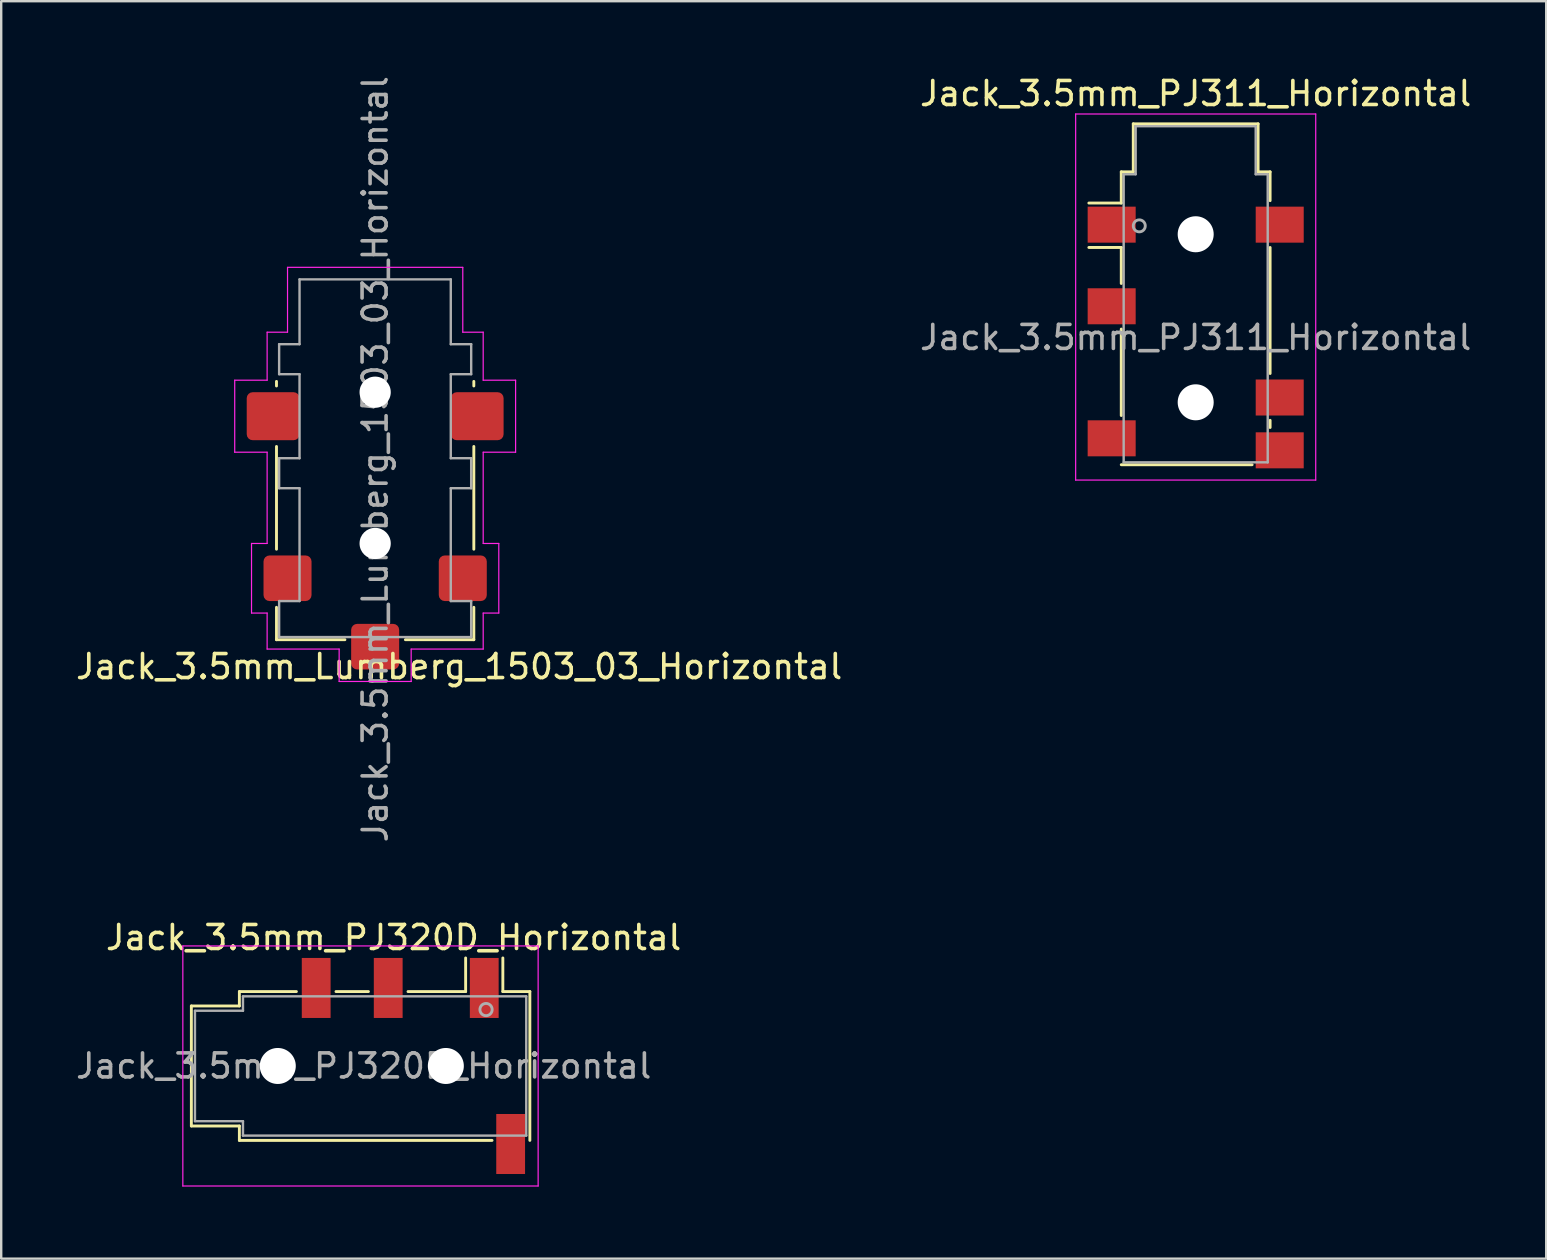
<source format=kicad_pcb>
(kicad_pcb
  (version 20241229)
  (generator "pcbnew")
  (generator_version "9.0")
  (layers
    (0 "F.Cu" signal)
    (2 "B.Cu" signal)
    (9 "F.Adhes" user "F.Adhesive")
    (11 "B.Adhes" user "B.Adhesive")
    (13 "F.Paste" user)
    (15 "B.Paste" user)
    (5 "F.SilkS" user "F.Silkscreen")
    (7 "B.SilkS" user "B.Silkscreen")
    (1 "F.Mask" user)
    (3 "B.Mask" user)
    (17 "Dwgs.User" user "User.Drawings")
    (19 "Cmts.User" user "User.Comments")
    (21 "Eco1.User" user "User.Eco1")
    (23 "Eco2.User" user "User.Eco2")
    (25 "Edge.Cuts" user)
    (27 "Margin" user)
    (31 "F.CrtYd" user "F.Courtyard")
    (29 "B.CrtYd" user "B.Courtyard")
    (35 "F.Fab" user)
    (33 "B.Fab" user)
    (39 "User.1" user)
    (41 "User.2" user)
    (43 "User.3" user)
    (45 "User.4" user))
  (footprint "Jack_3.5mm_PJ320D_Horizontal"
    (layer "F.Cu")
    (at 13.296 41.353)
    (property "Reference" "Jack_3.5mm_PJ320D_Horizontal" (at 0.05 -5.35 0) (layer "F.SilkS") (effects (font (size 1 1) (thickness 0.15))))
    (attr smd)
    (fp_line (start -8.375 -2.5) (end -8.375 2.5) (stroke (width 0.12) (type solid)) (layer "F.SilkS"))
    (fp_line (start -6.375 -3.1) (end -6.375 -2.5) (stroke (width 0.12) (type solid)) (layer "F.SilkS"))
    (fp_line (start -6.375 -3.1) (end -4 -3.1) (stroke (width 0.12) (type solid)) (layer "F.SilkS"))
    (fp_line (start -6.375 -2.5) (end -8.375 -2.5) (stroke (width 0.12) (type solid)) (layer "F.SilkS"))
    (fp_line (start -6.375 2.5) (end -8.375 2.5) (stroke (width 0.12) (type solid)) (layer "F.SilkS"))
    (fp_line (start -6.375 2.5) (end -6.375 3.1) (stroke (width 0.12) (type solid)) (layer "F.SilkS"))
    (fp_line (start -2.35 -3.1) (end -1 -3.1) (stroke (width 0.12) (type solid)) (layer "F.SilkS"))
    (fp_line (start 0.65 -3.1) (end 3.05 -3.1) (stroke (width 0.12) (type solid)) (layer "F.SilkS"))
    (fp_line (start 3.05 -3.1) (end 3.05 -4.5) (stroke (width 0.12) (type solid)) (layer "F.SilkS"))
    (fp_line (start 4.15 3.1) (end -6.375 3.1) (stroke (width 0.12) (type solid)) (layer "F.SilkS"))
    (fp_line (start 4.6 -3.1) (end 4.6 -4.5) (stroke (width 0.12) (type solid)) (layer "F.SilkS"))
    (fp_line (start 4.6 -3.1) (end 5.725 -3.1) (stroke (width 0.12) (type solid)) (layer "F.SilkS"))
    (fp_line (start 5.725 3.1) (end 5.725 -3.1) (stroke (width 0.12) (type solid)) (layer "F.SilkS"))
    (fp_line (start -8.73 -5) (end 6.07 -5) (stroke (width 0.05) (type solid)) (layer "F.CrtYd"))
    (fp_line (start -8.73 5) (end -8.73 -5) (stroke (width 0.05) (type solid)) (layer "F.CrtYd"))
    (fp_line (start -8.73 5) (end 6.07 5) (stroke (width 0.05) (type solid)) (layer "F.CrtYd"))
    (fp_line (start 6.07 5) (end 6.07 -5) (stroke (width 0.05) (type solid)) (layer "F.CrtYd"))
    (fp_line (start -8.225 -2.3) (end -6.225 -2.3) (stroke (width 0.1) (type solid)) (layer "F.Fab"))
    (fp_line (start -8.225 2.3) (end -8.225 -2.3) (stroke (width 0.1) (type solid)) (layer "F.Fab"))
    (fp_line (start -6.225 -2.9) (end 5.575 -2.9) (stroke (width 0.1) (type solid)) (layer "F.Fab"))
    (fp_line (start -6.225 -2.3) (end -6.225 -2.9) (stroke (width 0.1) (type solid)) (layer "F.Fab"))
    (fp_line (start -6.225 2.3) (end -8.225 2.3) (stroke (width 0.1) (type solid)) (layer "F.Fab"))
    (fp_line (start -6.225 2.9) (end -6.225 2.3) (stroke (width 0.1) (type solid)) (layer "F.Fab"))
    (fp_line (start 5.575 -2.9) (end 5.575 2.9) (stroke (width 0.1) (type solid)) (layer "F.Fab"))
    (fp_line (start 5.575 2.9) (end -6.225 2.9) (stroke (width 0.1) (type solid)) (layer "F.Fab"))
    (fp_circle (center 3.9 -2.35) (end 3.95 -2.1) (stroke (width 0.12) (type solid)) (fill no) (layer "F.Fab"))
    (fp_text user "${REFERENCE}" (at -1.195 0 0) (layer "F.Fab") (effects (font (size 1 1) (thickness 0.15))))
    (pad "" np_thru_hole circle (at -4.775 0) (size 1.5 1.5) (drill 1.5) (layers "*.Cu" "*.Mask"))
    (pad "" np_thru_hole circle (at 2.225 0) (size 1.5 1.5) (drill 1.5) (layers "*.Cu" "*.Mask"))
    (pad "R1" smd rect (at -0.175 -3.25) (size 1.2 2.5) (layers "F.Cu" "F.Mask" "F.Paste"))
    (pad "R2" smd rect (at -3.175 -3.25) (size 1.2 2.5) (layers "F.Cu" "F.Mask" "F.Paste"))
    (pad "S" smd rect (at 4.925 3.25) (size 1.2 2.5) (layers "F.Cu" "F.Mask" "F.Paste"))
    (pad "T" smd rect (at 3.825 -3.25) (size 1.2 2.5) (layers "F.Cu" "F.Mask" "F.Paste")))
  (footprint "Jack_3.5mm_PJ311_Horizontal"
    (layer "F.Cu")
    (at 46.756 11.008)
    (property "Reference" "Jack_3.5mm_PJ311_Horizontal" (at 0 -10.16 0) (layer "F.SilkS") (effects (font (size 1 1) (thickness 0.15))))
    (attr smd)
    (fp_line (start -3.1 -6.9) (end -2.6 -6.9) (stroke (width 0.12) (type solid)) (layer "F.SilkS"))
    (fp_line (start -3.1 -5.6) (end -4.45 -5.6) (stroke (width 0.12) (type solid)) (layer "F.SilkS"))
    (fp_line (start -3.1 -5.6) (end -3.1 -6.9) (stroke (width 0.12) (type solid)) (layer "F.SilkS"))
    (fp_line (start -3.1 -3.75) (end -4.45 -3.75) (stroke (width 0.12) (type solid)) (layer "F.SilkS"))
    (fp_line (start -3.1 -2.25) (end -3.1 -3.75) (stroke (width 0.12) (type solid)) (layer "F.SilkS"))
    (fp_line (start -3.1 3.25) (end -3.1 -0.35) (stroke (width 0.12) (type solid)) (layer "F.SilkS"))
    (fp_line (start -2.6 -8.9) (end 2.6 -8.9) (stroke (width 0.12) (type solid)) (layer "F.SilkS"))
    (fp_line (start -2.6 -6.9) (end -2.6 -8.9) (stroke (width 0.12) (type solid)) (layer "F.SilkS"))
    (fp_line (start 2.35 5.3) (end -3.1 5.3) (stroke (width 0.12) (type solid)) (layer "F.SilkS"))
    (fp_line (start 2.6 -8.9) (end 2.6 -6.9) (stroke (width 0.12) (type solid)) (layer "F.SilkS"))
    (fp_line (start 2.6 -6.9) (end 3.1 -6.9) (stroke (width 0.12) (type solid)) (layer "F.SilkS"))
    (fp_line (start 3.1 -6.9) (end 3.1 -5.7) (stroke (width 0.12) (type solid)) (layer "F.SilkS"))
    (fp_line (start 3.1 -3.75) (end 3.1 1.5) (stroke (width 0.12) (type solid)) (layer "F.SilkS"))
    (fp_line (start 3.1 3.45) (end 3.1 3.75) (stroke (width 0.12) (type solid)) (layer "F.SilkS"))
    (fp_line (start -5 -9.31) (end -5 5.94) (stroke (width 0.05) (type solid)) (layer "F.CrtYd"))
    (fp_line (start -5 -9.31) (end 5 -9.31) (stroke (width 0.05) (type solid)) (layer "F.CrtYd"))
    (fp_line (start -5 5.94) (end 5 5.94) (stroke (width 0.05) (type solid)) (layer "F.CrtYd"))
    (fp_line (start 5 5.94) (end 5 -9.31) (stroke (width 0.05) (type solid)) (layer "F.CrtYd"))
    (fp_line (start -3 -6.8) (end -3 5.2) (stroke (width 0.1) (type solid)) (layer "F.Fab"))
    (fp_line (start -3 5.2) (end 3 5.2) (stroke (width 0.1) (type solid)) (layer "F.Fab"))
    (fp_line (start -2.5 -8.8) (end -2.5 -6.8) (stroke (width 0.1) (type solid)) (layer "F.Fab"))
    (fp_line (start -2.5 -6.8) (end -3 -6.8) (stroke (width 0.1) (type solid)) (layer "F.Fab"))
    (fp_line (start 2.5 -8.8) (end -2.5 -8.8) (stroke (width 0.1) (type solid)) (layer "F.Fab"))
    (fp_line (start 2.5 -6.8) (end 2.5 -8.8) (stroke (width 0.1) (type solid)) (layer "F.Fab"))
    (fp_line (start 3 -6.8) (end 2.5 -6.8) (stroke (width 0.1) (type solid)) (layer "F.Fab"))
    (fp_line (start 3 5.2) (end 3 -6.8) (stroke (width 0.1) (type solid)) (layer "F.Fab"))
    (fp_circle (center -2.35 -4.65) (end -2.1 -4.65) (stroke (width 0.12) (type solid)) (fill no) (layer "F.Fab"))
    (fp_text user "${REFERENCE}" (at 0 0 0) (layer "F.Fab") (effects (font (size 1 1) (thickness 0.15))))
    (pad "" np_thru_hole circle (at 0 -4.3) (size 1.5 1.5) (drill 1.5) (layers "*.Cu" "*.Mask"))
    (pad "" np_thru_hole circle (at 0 2.7) (size 1.5 1.5) (drill 1.5) (layers "*.Cu" "*.Mask"))
    (pad "1" smd rect (at -3.5 -4.7) (size 2 1.5) (layers "F.Cu" "F.Mask" "F.Paste"))
    (pad "2" smd rect (at 3.5 -4.7) (size 2 1.5) (layers "F.Cu" "F.Mask" "F.Paste"))
    (pad "3" smd rect (at -3.5 -1.3) (size 2 1.5) (layers "F.Cu" "F.Mask" "F.Paste"))
    (pad "4" smd rect (at 3.5 2.5) (size 2 1.5) (layers "F.Cu" "F.Mask" "F.Paste"))
    (pad "5" smd rect (at 3.5 4.7) (size 2 1.5) (layers "F.Cu" "F.Mask" "F.Paste"))
    (pad "6" smd rect (at -3.5 4.2) (size 2 1.5) (layers "F.Cu" "F.Mask" "F.Paste")))
  (footprint "Jack_3.5mm_Lumberg_1503_03_Horizontal"
    (layer "F.Cu")
    (at 12.577 16.037)
    (property "Reference" "Jack_3.5mm_Lumberg_1503_03_Horizontal" (at 3.5 8.68 0) (layer "F.SilkS") (effects (font (size 1 1) (thickness 0.15))))
    (attr smd)
    (fp_line (start -4.11 -3.01) (end -4.11 -3.2) (stroke (width 0.12) (type default)) (layer "F.SilkS"))
    (fp_line (start -4.11 3.79) (end -4.11 -0.49) (stroke (width 0.12) (type default)) (layer "F.SilkS"))
    (fp_line (start -4.11 7.56) (end -4.11 6.21) (stroke (width 0.12) (type default)) (layer "F.SilkS"))
    (fp_line (start -1.26 7.56) (end -4.11 7.56) (stroke (width 0.12) (type default)) (layer "F.SilkS"))
    (fp_line (start 1.26 7.56) (end 4.11 7.56) (stroke (width 0.12) (type default)) (layer "F.SilkS"))
    (fp_line (start 4.11 -3.2) (end 4.11 -3.01) (stroke (width 0.12) (type default)) (layer "F.SilkS"))
    (fp_line (start 4.11 -0.49) (end 4.11 3.79) (stroke (width 0.12) (type default)) (layer "F.SilkS"))
    (fp_line (start 4.11 7.56) (end 4.11 6.21) (stroke (width 0.12) (type default)) (layer "F.SilkS"))
    (fp_line (start -5.85 -0.25) (end -5.85 -3.25) (stroke (width 0.05) (type default)) (layer "F.CrtYd"))
    (fp_line (start -5.15 3.55) (end -4.5 3.55) (stroke (width 0.05) (type default)) (layer "F.CrtYd"))
    (fp_line (start -5.15 6.45) (end -5.15 3.55) (stroke (width 0.05) (type default)) (layer "F.CrtYd"))
    (fp_line (start -4.5 -3.25) (end -5.85 -3.25) (stroke (width 0.05) (type default)) (layer "F.CrtYd"))
    (fp_line (start -4.5 -3.25) (end -4.5 -5.25) (stroke (width 0.05) (type default)) (layer "F.CrtYd"))
    (fp_line (start -4.5 -0.25) (end -5.85 -0.25) (stroke (width 0.05) (type default)) (layer "F.CrtYd"))
    (fp_line (start -4.5 -0.25) (end -4.5 3.55) (stroke (width 0.05) (type default)) (layer "F.CrtYd"))
    (fp_line (start -4.5 6.45) (end -5.15 6.45) (stroke (width 0.05) (type default)) (layer "F.CrtYd"))
    (fp_line (start -4.5 6.45) (end -4.5 7.95) (stroke (width 0.05) (type default)) (layer "F.CrtYd"))
    (fp_line (start -3.65 -7.95) (end 3.65 -7.95) (stroke (width 0.05) (type default)) (layer "F.CrtYd"))
    (fp_line (start -3.65 -5.25) (end -4.5 -5.25) (stroke (width 0.05) (type default)) (layer "F.CrtYd"))
    (fp_line (start -3.65 -5.25) (end -3.65 -7.95) (stroke (width 0.05) (type default)) (layer "F.CrtYd"))
    (fp_line (start -1.5 7.95) (end -4.5 7.95) (stroke (width 0.05) (type default)) (layer "F.CrtYd"))
    (fp_line (start -1.5 7.95) (end -1.5 9.3) (stroke (width 0.05) (type default)) (layer "F.CrtYd"))
    (fp_line (start -1.5 9.3) (end 1.5 9.3) (stroke (width 0.05) (type default)) (layer "F.CrtYd"))
    (fp_line (start 1.5 7.95) (end 1.5 9.3) (stroke (width 0.05) (type default)) (layer "F.CrtYd"))
    (fp_line (start 3.65 -5.25) (end 3.65 -7.95) (stroke (width 0.05) (type default)) (layer "F.CrtYd"))
    (fp_line (start 4.5 -5.25) (end 3.65 -5.25) (stroke (width 0.05) (type default)) (layer "F.CrtYd"))
    (fp_line (start 4.5 -3.25) (end 4.5 -5.25) (stroke (width 0.05) (type default)) (layer "F.CrtYd"))
    (fp_line (start 4.5 -3.25) (end 5.85 -3.25) (stroke (width 0.05) (type default)) (layer "F.CrtYd"))
    (fp_line (start 4.5 -0.25) (end 4.5 3.55) (stroke (width 0.05) (type default)) (layer "F.CrtYd"))
    (fp_line (start 4.5 -0.25) (end 5.85 -0.25) (stroke (width 0.05) (type default)) (layer "F.CrtYd"))
    (fp_line (start 4.5 3.55) (end 5.15 3.55) (stroke (width 0.05) (type default)) (layer "F.CrtYd"))
    (fp_line (start 4.5 6.45) (end 4.5 7.95) (stroke (width 0.05) (type default)) (layer "F.CrtYd"))
    (fp_line (start 4.5 6.45) (end 5.15 6.45) (stroke (width 0.05) (type default)) (layer "F.CrtYd"))
    (fp_line (start 4.5 7.95) (end 1.5 7.95) (stroke (width 0.05) (type default)) (layer "F.CrtYd"))
    (fp_line (start 5.15 3.55) (end 5.15 6.45) (stroke (width 0.05) (type default)) (layer "F.CrtYd"))
    (fp_line (start 5.85 -0.25) (end 5.85 -3.25) (stroke (width 0.05) (type default)) (layer "F.CrtYd"))
    (fp_line (start -4 -4.75) (end -4 -3.5) (stroke (width 0.1) (type default)) (layer "F.Fab"))
    (fp_line (start -4 -3.5) (end -3.15 -3.5) (stroke (width 0.1) (type default)) (layer "F.Fab"))
    (fp_line (start -4 0) (end -4 1.25) (stroke (width 0.1) (type default)) (layer "F.Fab"))
    (fp_line (start -4 1.25) (end -3.15 1.25) (stroke (width 0.1) (type default)) (layer "F.Fab"))
    (fp_line (start -4 5.95) (end -3.15 5.95) (stroke (width 0.1) (type default)) (layer "F.Fab"))
    (fp_line (start -4 7.45) (end -4 5.95) (stroke (width 0.1) (type default)) (layer "F.Fab"))
    (fp_line (start -4 7.45) (end 4 7.45) (stroke (width 0.1) (type solid)) (layer "F.Fab"))
    (fp_line (start -3.15 -7.45) (end -3.15 -4.75) (stroke (width 0.1) (type solid)) (layer "F.Fab"))
    (fp_line (start -3.15 -7.45) (end 3.15 -7.45) (stroke (width 0.1) (type solid)) (layer "F.Fab"))
    (fp_line (start -3.15 -4.75) (end -4 -4.75) (stroke (width 0.1) (type solid)) (layer "F.Fab"))
    (fp_line (start -3.15 -3.5) (end -3.15 0) (stroke (width 0.1) (type default)) (layer "F.Fab"))
    (fp_line (start -3.15 0) (end -4 0) (stroke (width 0.1) (type default)) (layer "F.Fab"))
    (fp_line (start -3.15 1.25) (end -3.15 5.95) (stroke (width 0.1) (type default)) (layer "F.Fab"))
    (fp_line (start 3.15 -4.75) (end 3.15 -7.45) (stroke (width 0.1) (type solid)) (layer "F.Fab"))
    (fp_line (start 3.15 -4.75) (end 4 -4.75) (stroke (width 0.1) (type solid)) (layer "F.Fab"))
    (fp_line (start 3.15 -3.5) (end 3.15 0) (stroke (width 0.1) (type default)) (layer "F.Fab"))
    (fp_line (start 3.15 0) (end 4 0) (stroke (width 0.1) (type default)) (layer "F.Fab"))
    (fp_line (start 3.15 1.25) (end 4 1.25) (stroke (width 0.1) (type default)) (layer "F.Fab"))
    (fp_line (start 3.15 5.95) (end 3.15 1.25) (stroke (width 0.1) (type default)) (layer "F.Fab"))
    (fp_line (start 4 -4.75) (end 4 -3.5) (stroke (width 0.1) (type default)) (layer "F.Fab"))
    (fp_line (start 4 -3.5) (end 3.15 -3.5) (stroke (width 0.1) (type default)) (layer "F.Fab"))
    (fp_line (start 4 1.25) (end 4 0) (stroke (width 0.1) (type default)) (layer "F.Fab"))
    (fp_line (start 4 5.95) (end 3.15 5.95) (stroke (width 0.1) (type default)) (layer "F.Fab"))
    (fp_line (start 4 7.45) (end 4 5.95) (stroke (width 0.1) (type default)) (layer "F.Fab"))
    (fp_text user "${REFERENCE}" (at 0 0.04 90) (layer "F.Fab") (effects (font (size 1 1) (thickness 0.15))))
    (pad "" np_thru_hole circle (at 0 -2.75) (size 1.3 1.3) (drill 1.3) (layers "*.Cu" "*.Mask"))
    (pad "" np_thru_hole circle (at 0 3.55) (size 1.3 1.3) (drill 1.3) (layers "*.Cu" "*.Mask"))
    (pad "MP" smd roundrect (at -4.25 -1.75) (size 2.2 2) (layers "F.Cu" "F.Mask" "F.Paste") (roundrect_rratio 0.125))
    (pad "MP" smd roundrect (at 4.25 -1.75) (size 2.2 2) (layers "F.Cu" "F.Mask" "F.Paste") (roundrect_rratio 0.125))
    (pad "R" smd roundrect (at 3.65 5) (size 2 1.9) (layers "F.Cu" "F.Mask" "F.Paste") (roundrect_rratio 0.132))
    (pad "S" smd roundrect (at -3.65 5) (size 2 1.9) (layers "F.Cu" "F.Mask" "F.Paste") (roundrect_rratio 0.132))
    (pad "T" smd roundrect (at 0 7.85) (size 2 1.9) (layers "F.Cu" "F.Mask" "F.Paste") (roundrect_rratio 0.132)))
  (gr_rect
    (start -3 -3)
    (end 61.357 49.378)
    (stroke (width 0.1) (type default))
    (fill no)
    (layer "Edge.Cuts")))
</source>
